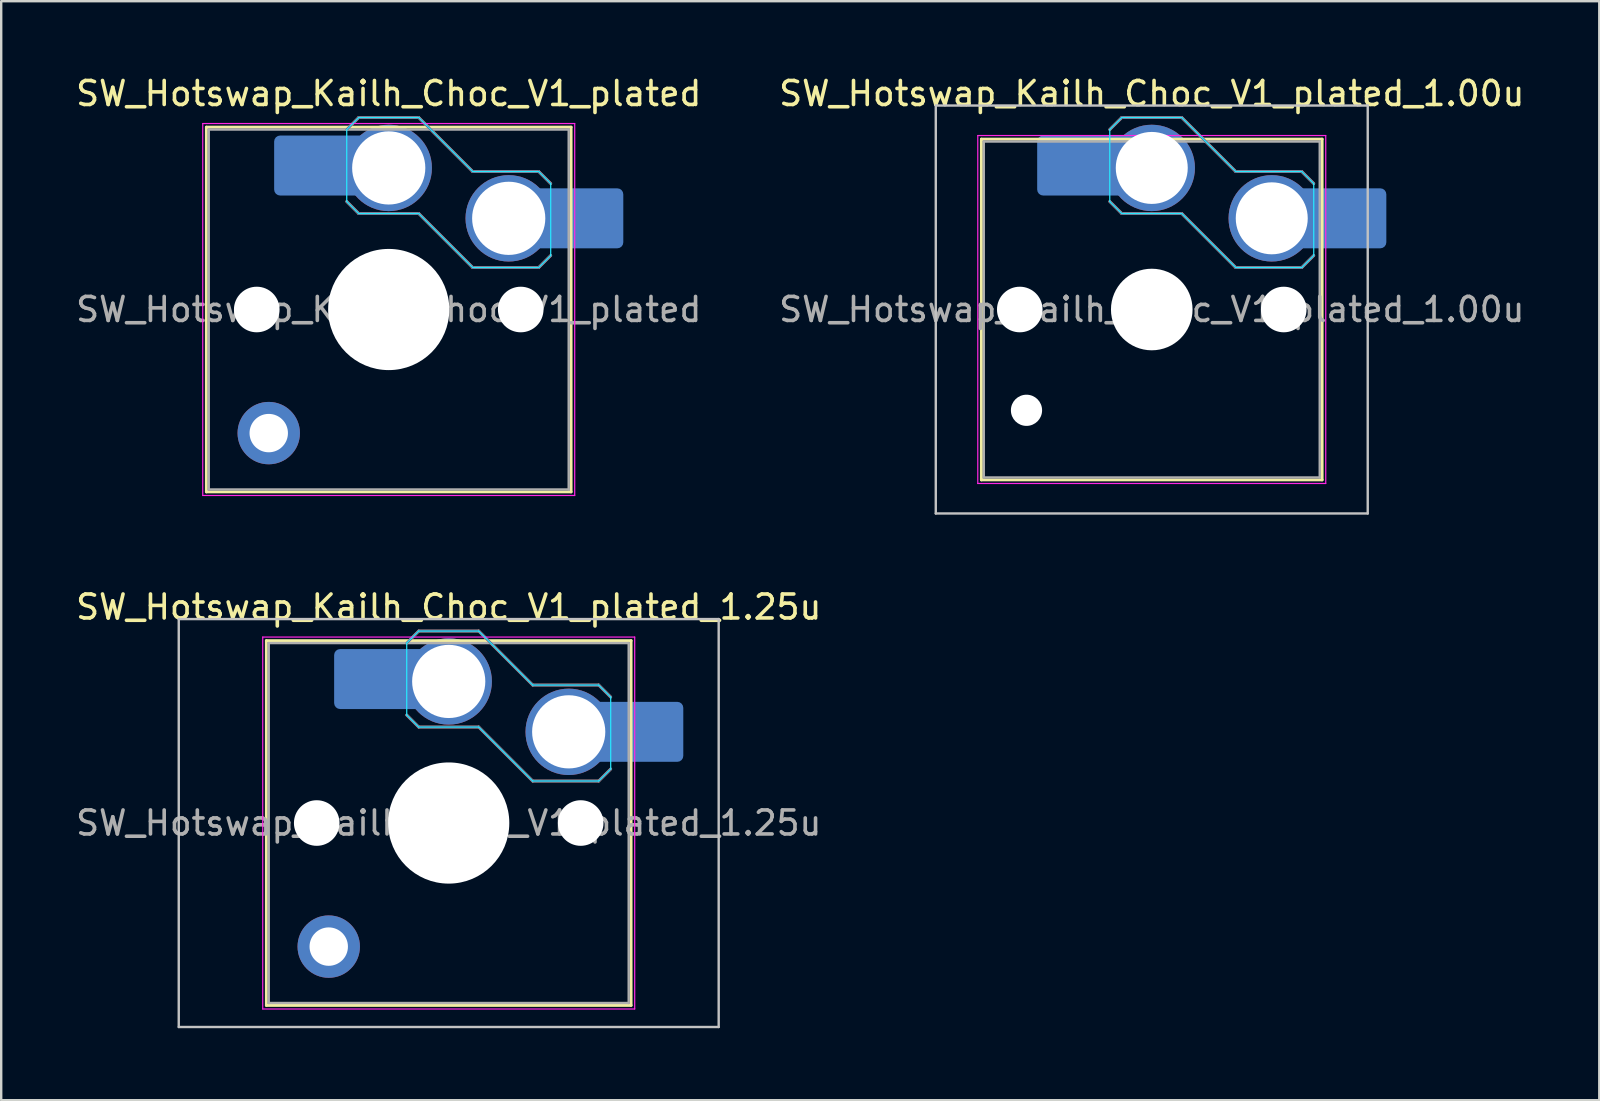
<source format=kicad_pcb>
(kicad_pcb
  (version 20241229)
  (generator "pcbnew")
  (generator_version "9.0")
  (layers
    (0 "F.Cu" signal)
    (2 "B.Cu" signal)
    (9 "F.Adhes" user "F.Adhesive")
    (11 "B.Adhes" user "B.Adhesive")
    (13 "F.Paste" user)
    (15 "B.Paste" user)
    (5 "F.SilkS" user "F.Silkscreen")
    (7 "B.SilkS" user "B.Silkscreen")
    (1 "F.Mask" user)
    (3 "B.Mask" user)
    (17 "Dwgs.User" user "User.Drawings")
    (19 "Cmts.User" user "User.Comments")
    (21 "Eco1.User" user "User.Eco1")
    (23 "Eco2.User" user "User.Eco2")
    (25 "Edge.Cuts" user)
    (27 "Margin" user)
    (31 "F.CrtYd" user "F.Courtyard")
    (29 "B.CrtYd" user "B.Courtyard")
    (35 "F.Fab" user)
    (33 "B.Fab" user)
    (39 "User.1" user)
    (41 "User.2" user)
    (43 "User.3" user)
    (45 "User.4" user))
  (footprint "SW_Hotswap_Kailh_Choc_V1_plated"
    (layer "F.Cu")
    (at 13.149 9.848)
    (property "Reference" "SW_Hotswap_Kailh_Choc_V1_plated" (at 0 -9 0) (layer "F.SilkS") (effects (font (size 1 1) (thickness 0.15))))
    (attr smd)
    (fp_line (start -7.6 -7.6) (end -7.6 7.6) (stroke (width 0.12) (type solid)) (layer "F.SilkS"))
    (fp_line (start -7.6 7.6) (end 7.6 7.6) (stroke (width 0.12) (type solid)) (layer "F.SilkS"))
    (fp_line (start 7.6 -7.6) (end -7.6 -7.6) (stroke (width 0.12) (type solid)) (layer "F.SilkS"))
    (fp_line (start 7.6 7.6) (end 7.6 -7.6) (stroke (width 0.12) (type solid)) (layer "F.SilkS"))
    (fp_line (start -1.75 -7.5) (end -1.25 -8) (stroke (width 0.12) (type solid)) (layer "B.SilkS"))
    (fp_line (start -1.25 -8) (end 1.25 -8) (stroke (width 0.12) (type solid)) (layer "B.SilkS"))
    (fp_line (start -1.25 -4) (end -1.75 -4.5) (stroke (width 0.12) (type solid)) (layer "B.SilkS"))
    (fp_line (start 1.25 -8) (end 3.5 -5.75) (stroke (width 0.12) (type solid)) (layer "B.SilkS"))
    (fp_line (start 1.25 -4) (end -1.25 -4) (stroke (width 0.12) (type solid)) (layer "B.SilkS"))
    (fp_line (start 3.5 -5.75) (end 6.25 -5.75) (stroke (width 0.12) (type solid)) (layer "B.SilkS"))
    (fp_line (start 3.5 -1.75) (end 1.25 -4) (stroke (width 0.12) (type solid)) (layer "B.SilkS"))
    (fp_line (start 6.25 -5.75) (end 6.75 -5.25) (stroke (width 0.12) (type solid)) (layer "B.SilkS"))
    (fp_line (start 6.25 -1.75) (end 3.5 -1.75) (stroke (width 0.12) (type solid)) (layer "B.SilkS"))
    (fp_line (start 6.75 -2.25) (end 6.25 -1.75) (stroke (width 0.12) (type solid)) (layer "B.SilkS"))
    (fp_line (start -7.25 -7.25) (end -7.25 7.25) (stroke (width 0.1) (type solid)) (layer "Eco1.User"))
    (fp_line (start -7.25 7.25) (end 7.25 7.25) (stroke (width 0.1) (type solid)) (layer "Eco1.User"))
    (fp_line (start 7.25 -7.25) (end -7.25 -7.25) (stroke (width 0.1) (type solid)) (layer "Eco1.User"))
    (fp_line (start 7.25 7.25) (end 7.25 -7.25) (stroke (width 0.1) (type solid)) (layer "Eco1.User"))
    (fp_line (start -1.75 -7.5) (end -1.25 -8) (stroke (width 0.05) (type solid)) (layer "B.CrtYd"))
    (fp_line (start -1.75 -4.5) (end -1.75 -7.5) (stroke (width 0.05) (type solid)) (layer "B.CrtYd"))
    (fp_line (start -1.25 -8) (end 1.25 -8) (stroke (width 0.05) (type solid)) (layer "B.CrtYd"))
    (fp_line (start -1.25 -4) (end -1.75 -4.5) (stroke (width 0.05) (type solid)) (layer "B.CrtYd"))
    (fp_line (start 1.25 -8) (end 3.5 -5.75) (stroke (width 0.05) (type solid)) (layer "B.CrtYd"))
    (fp_line (start 1.25 -4) (end -1.25 -4) (stroke (width 0.05) (type solid)) (layer "B.CrtYd"))
    (fp_line (start 3.5 -5.75) (end 6.25 -5.75) (stroke (width 0.05) (type solid)) (layer "B.CrtYd"))
    (fp_line (start 3.5 -1.75) (end 1.25 -4) (stroke (width 0.05) (type solid)) (layer "B.CrtYd"))
    (fp_line (start 6.25 -5.75) (end 6.75 -5.25) (stroke (width 0.05) (type solid)) (layer "B.CrtYd"))
    (fp_line (start 6.25 -1.75) (end 3.5 -1.75) (stroke (width 0.05) (type solid)) (layer "B.CrtYd"))
    (fp_line (start 6.75 -5.25) (end 6.75 -2.25) (stroke (width 0.05) (type solid)) (layer "B.CrtYd"))
    (fp_line (start 6.75 -2.25) (end 6.25 -1.75) (stroke (width 0.05) (type solid)) (layer "B.CrtYd"))
    (fp_line (start -7.75 -7.75) (end -7.75 7.75) (stroke (width 0.05) (type solid)) (layer "F.CrtYd"))
    (fp_line (start -7.75 7.75) (end 7.75 7.75) (stroke (width 0.05) (type solid)) (layer "F.CrtYd"))
    (fp_line (start 7.75 -7.75) (end -7.75 -7.75) (stroke (width 0.05) (type solid)) (layer "F.CrtYd"))
    (fp_line (start 7.75 7.75) (end 7.75 -7.75) (stroke (width 0.05) (type solid)) (layer "F.CrtYd"))
    (fp_line (start -1.75 -7.5) (end -1.25 -8) (stroke (width 0.1) (type solid)) (layer "B.Fab"))
    (fp_line (start -1.25 -8) (end 1.25 -8) (stroke (width 0.1) (type solid)) (layer "B.Fab"))
    (fp_line (start -1.25 -4) (end -1.75 -4.5) (stroke (width 0.1) (type solid)) (layer "B.Fab"))
    (fp_line (start 1.25 -8) (end 3.5 -5.75) (stroke (width 0.1) (type solid)) (layer "B.Fab"))
    (fp_line (start 1.25 -4) (end -1.25 -4) (stroke (width 0.1) (type solid)) (layer "B.Fab"))
    (fp_line (start 3.5 -5.75) (end 6.25 -5.75) (stroke (width 0.1) (type solid)) (layer "B.Fab"))
    (fp_line (start 3.5 -1.75) (end 1.25 -4) (stroke (width 0.1) (type solid)) (layer "B.Fab"))
    (fp_line (start 6.25 -5.75) (end 6.75 -5.25) (stroke (width 0.1) (type solid)) (layer "B.Fab"))
    (fp_line (start 6.25 -1.75) (end 3.5 -1.75) (stroke (width 0.1) (type solid)) (layer "B.Fab"))
    (fp_line (start 6.75 -2.25) (end 6.25 -1.75) (stroke (width 0.1) (type solid)) (layer "B.Fab"))
    (fp_line (start -7.5 -7.5) (end -7.5 7.5) (stroke (width 0.1) (type solid)) (layer "F.Fab"))
    (fp_line (start -7.5 7.5) (end 7.5 7.5) (stroke (width 0.1) (type solid)) (layer "F.Fab"))
    (fp_line (start 7.5 -7.5) (end -7.5 -7.5) (stroke (width 0.1) (type solid)) (layer "F.Fab"))
    (fp_line (start 7.5 7.5) (end 7.5 -7.5) (stroke (width 0.1) (type solid)) (layer "F.Fab"))
    (fp_text user "${REFERENCE}" (at 0 0 0) (layer "F.Fab") (effects (font (size 1 1) (thickness 0.15))))
    (pad "" np_thru_hole circle (at -5.5 0) (size 1.9 1.9) (drill 1.9) (layers "*.Cu" "*.Mask"))
    (pad "" thru_hole circle (at -5 5.15) (size 2.6 2.6) (drill 1.6) (layers "*.Cu" "B.Mask"))
    (pad "" smd roundrect (at -3.5 -6) (size 2.55 2.5) (layers "B.Mask" "B.Paste") (roundrect_rratio 0.1))
    (pad "" np_thru_hole circle (at 0 0) (size 5.05 5.05) (drill 5.05) (layers "*.Cu" "*.Mask"))
    (pad "" np_thru_hole circle (at 5.5 0) (size 1.9 1.9) (drill 1.9) (layers "*.Cu" "*.Mask"))
    (pad "" smd roundrect (at 8.5 -3.8) (size 2.55 2.5) (layers "B.Mask" "B.Paste") (roundrect_rratio 0.1))
    (pad "1" smd roundrect (at -2.85 -6) (size 3.85 2.5) (layers "B.Cu") (roundrect_rratio 0.1))
    (pad "1" thru_hole circle (at 0 -5.9) (size 3.6 3.6) (drill 3.05) (layers "*.Cu" "B.Mask"))
    (pad "2" thru_hole circle (at 5 -3.8) (size 3.6 3.6) (drill 3.05) (layers "*.Cu" "B.Mask"))
    (pad "2" smd roundrect (at 7.85 -3.8) (size 3.85 2.5) (layers "B.Cu") (roundrect_rratio 0.1)))
  (footprint "SW_Hotswap_Kailh_Choc_V1_plated_1.00u"
    (layer "F.Cu")
    (at 44.946 9.848)
    (property "Reference" "SW_Hotswap_Kailh_Choc_V1_plated_1.00u" (at 0 -9 0) (layer "F.SilkS") (effects (font (size 1 1) (thickness 0.15))))
    (attr smd)
    (fp_line (start -7.1 -7.1) (end -7.1 7.1) (stroke (width 0.12) (type solid)) (layer "F.SilkS"))
    (fp_line (start -7.1 7.1) (end 7.1 7.1) (stroke (width 0.12) (type solid)) (layer "F.SilkS"))
    (fp_line (start 7.1 -7.1) (end -7.1 -7.1) (stroke (width 0.12) (type solid)) (layer "F.SilkS"))
    (fp_line (start 7.1 7.1) (end 7.1 -7.1) (stroke (width 0.12) (type solid)) (layer "F.SilkS"))
    (fp_line (start -1.75 -7.5) (end -1.25 -8) (stroke (width 0.12) (type solid)) (layer "B.SilkS"))
    (fp_line (start -1.25 -8) (end 1.25 -8) (stroke (width 0.12) (type solid)) (layer "B.SilkS"))
    (fp_line (start -1.25 -4) (end -1.75 -4.5) (stroke (width 0.12) (type solid)) (layer "B.SilkS"))
    (fp_line (start 1.25 -8) (end 3.5 -5.75) (stroke (width 0.12) (type solid)) (layer "B.SilkS"))
    (fp_line (start 1.25 -4) (end -1.25 -4) (stroke (width 0.12) (type solid)) (layer "B.SilkS"))
    (fp_line (start 3.5 -5.75) (end 6.25 -5.75) (stroke (width 0.12) (type solid)) (layer "B.SilkS"))
    (fp_line (start 3.5 -1.75) (end 1.25 -4) (stroke (width 0.12) (type solid)) (layer "B.SilkS"))
    (fp_line (start 6.25 -5.75) (end 6.75 -5.25) (stroke (width 0.12) (type solid)) (layer "B.SilkS"))
    (fp_line (start 6.25 -1.75) (end 3.5 -1.75) (stroke (width 0.12) (type solid)) (layer "B.SilkS"))
    (fp_line (start 6.75 -2.25) (end 6.25 -1.75) (stroke (width 0.12) (type solid)) (layer "B.SilkS"))
    (fp_line (start -9 -8.5) (end -9 8.5) (stroke (width 0.1) (type solid)) (layer "Dwgs.User"))
    (fp_line (start -9 8.5) (end 9 8.5) (stroke (width 0.1) (type solid)) (layer "Dwgs.User"))
    (fp_line (start 9 -8.5) (end -9 -8.5) (stroke (width 0.1) (type solid)) (layer "Dwgs.User"))
    (fp_line (start 9 8.5) (end 9 -8.5) (stroke (width 0.1) (type solid)) (layer "Dwgs.User"))
    (fp_line (start -1.75 -7.5) (end -1.25 -8) (stroke (width 0.05) (type solid)) (layer "B.CrtYd"))
    (fp_line (start -1.75 -4.5) (end -1.75 -7.5) (stroke (width 0.05) (type solid)) (layer "B.CrtYd"))
    (fp_line (start -1.25 -8) (end 1.25 -8) (stroke (width 0.05) (type solid)) (layer "B.CrtYd"))
    (fp_line (start -1.25 -4) (end -1.75 -4.5) (stroke (width 0.05) (type solid)) (layer "B.CrtYd"))
    (fp_line (start 1.25 -8) (end 3.5 -5.75) (stroke (width 0.05) (type solid)) (layer "B.CrtYd"))
    (fp_line (start 1.25 -4) (end -1.25 -4) (stroke (width 0.05) (type solid)) (layer "B.CrtYd"))
    (fp_line (start 3.5 -5.75) (end 6.25 -5.75) (stroke (width 0.05) (type solid)) (layer "B.CrtYd"))
    (fp_line (start 3.5 -1.75) (end 1.25 -4) (stroke (width 0.05) (type solid)) (layer "B.CrtYd"))
    (fp_line (start 6.25 -5.75) (end 6.75 -5.25) (stroke (width 0.05) (type solid)) (layer "B.CrtYd"))
    (fp_line (start 6.25 -1.75) (end 3.5 -1.75) (stroke (width 0.05) (type solid)) (layer "B.CrtYd"))
    (fp_line (start 6.75 -5.25) (end 6.75 -2.25) (stroke (width 0.05) (type solid)) (layer "B.CrtYd"))
    (fp_line (start 6.75 -2.25) (end 6.25 -1.75) (stroke (width 0.05) (type solid)) (layer "B.CrtYd"))
    (fp_line (start -7.25 -7.25) (end -7.25 7.25) (stroke (width 0.05) (type solid)) (layer "F.CrtYd"))
    (fp_line (start -7.25 7.25) (end 7.25 7.25) (stroke (width 0.05) (type solid)) (layer "F.CrtYd"))
    (fp_line (start 7.25 -7.25) (end -7.25 -7.25) (stroke (width 0.05) (type solid)) (layer "F.CrtYd"))
    (fp_line (start 7.25 7.25) (end 7.25 -7.25) (stroke (width 0.05) (type solid)) (layer "F.CrtYd"))
    (fp_line (start -1.75 -7.5) (end -1.25 -8) (stroke (width 0.1) (type solid)) (layer "B.Fab"))
    (fp_line (start -1.25 -8) (end 1.25 -8) (stroke (width 0.1) (type solid)) (layer "B.Fab"))
    (fp_line (start -1.25 -4) (end -1.75 -4.5) (stroke (width 0.1) (type solid)) (layer "B.Fab"))
    (fp_line (start 1.25 -8) (end 3.5 -5.75) (stroke (width 0.1) (type solid)) (layer "B.Fab"))
    (fp_line (start 1.25 -4) (end -1.25 -4) (stroke (width 0.1) (type solid)) (layer "B.Fab"))
    (fp_line (start 3.5 -5.75) (end 6.25 -5.75) (stroke (width 0.1) (type solid)) (layer "B.Fab"))
    (fp_line (start 3.5 -1.75) (end 1.25 -4) (stroke (width 0.1) (type solid)) (layer "B.Fab"))
    (fp_line (start 6.25 -5.75) (end 6.75 -5.25) (stroke (width 0.1) (type solid)) (layer "B.Fab"))
    (fp_line (start 6.25 -1.75) (end 3.5 -1.75) (stroke (width 0.1) (type solid)) (layer "B.Fab"))
    (fp_line (start 6.75 -2.25) (end 6.25 -1.75) (stroke (width 0.1) (type solid)) (layer "B.Fab"))
    (fp_line (start -7 -7) (end -7 7) (stroke (width 0.1) (type solid)) (layer "F.Fab"))
    (fp_line (start -7 7) (end 7 7) (stroke (width 0.1) (type solid)) (layer "F.Fab"))
    (fp_line (start 7 -7) (end -7 -7) (stroke (width 0.1) (type solid)) (layer "F.Fab"))
    (fp_line (start 7 7) (end 7 -7) (stroke (width 0.1) (type solid)) (layer "F.Fab"))
    (fp_text user "${REFERENCE}" (at 0 0 0) (layer "F.Fab") (effects (font (size 1 1) (thickness 0.15))))
    (pad "" np_thru_hole circle (at -5.5 0) (size 1.9 1.9) (drill 1.9) (layers "*.Cu" "*.Mask"))
    (pad "" np_thru_hole circle (at -5.22 4.2) (size 1.3 1.3) (drill 1.3) (layers "*.Cu" "*.Mask"))
    (pad "" smd roundrect (at -3.5 -6) (size 2.55 2.5) (layers "B.Mask" "B.Paste") (roundrect_rratio 0.1))
    (pad "" np_thru_hole circle (at 0 0) (size 3.4 3.4) (drill 3.4) (layers "*.Cu" "*.Mask"))
    (pad "" np_thru_hole circle (at 5.5 0) (size 1.9 1.9) (drill 1.9) (layers "*.Cu" "*.Mask"))
    (pad "" smd roundrect (at 8.5 -3.8) (size 2.55 2.5) (layers "B.Mask" "B.Paste") (roundrect_rratio 0.1))
    (pad "1" smd roundrect (at -2.85 -6) (size 3.85 2.5) (layers "B.Cu") (roundrect_rratio 0.1))
    (pad "1" thru_hole circle (at 0 -5.9) (size 3.6 3.6) (drill 3) (layers "*.Cu" "B.Mask"))
    (pad "2" thru_hole circle (at 5 -3.8) (size 3.6 3.6) (drill 3) (layers "*.Cu" "B.Mask"))
    (pad "2" smd roundrect (at 7.85 -3.8) (size 3.85 2.5) (layers "B.Cu") (roundrect_rratio 0.1)))
  (footprint "SW_Hotswap_Kailh_Choc_V1_plated_1.25u"
    (layer "F.Cu")
    (at 15.649 31.247)
    (property "Reference" "SW_Hotswap_Kailh_Choc_V1_plated_1.25u" (at 0 -9 0) (layer "F.SilkS") (effects (font (size 1 1) (thickness 0.15))))
    (attr smd)
    (fp_line (start -7.6 -7.6) (end -7.6 7.6) (stroke (width 0.12) (type solid)) (layer "F.SilkS"))
    (fp_line (start -7.6 7.6) (end 7.6 7.6) (stroke (width 0.12) (type solid)) (layer "F.SilkS"))
    (fp_line (start 7.6 -7.6) (end -7.6 -7.6) (stroke (width 0.12) (type solid)) (layer "F.SilkS"))
    (fp_line (start 7.6 7.6) (end 7.6 -7.6) (stroke (width 0.12) (type solid)) (layer "F.SilkS"))
    (fp_line (start -1.75 -7.5) (end -1.25 -8) (stroke (width 0.12) (type solid)) (layer "B.SilkS"))
    (fp_line (start -1.25 -8) (end 1.25 -8) (stroke (width 0.12) (type solid)) (layer "B.SilkS"))
    (fp_line (start -1.25 -4) (end -1.75 -4.5) (stroke (width 0.12) (type solid)) (layer "B.SilkS"))
    (fp_line (start 1.25 -8) (end 3.5 -5.75) (stroke (width 0.12) (type solid)) (layer "B.SilkS"))
    (fp_line (start 1.25 -4) (end -1.25 -4) (stroke (width 0.12) (type solid)) (layer "B.SilkS"))
    (fp_line (start 3.5 -5.75) (end 6.25 -5.75) (stroke (width 0.12) (type solid)) (layer "B.SilkS"))
    (fp_line (start 3.5 -1.75) (end 1.25 -4) (stroke (width 0.12) (type solid)) (layer "B.SilkS"))
    (fp_line (start 6.25 -5.75) (end 6.75 -5.25) (stroke (width 0.12) (type solid)) (layer "B.SilkS"))
    (fp_line (start 6.25 -1.75) (end 3.5 -1.75) (stroke (width 0.12) (type solid)) (layer "B.SilkS"))
    (fp_line (start 6.75 -2.25) (end 6.25 -1.75) (stroke (width 0.12) (type solid)) (layer "B.SilkS"))
    (fp_line (start -11.25 -8.5) (end -11.25 8.5) (stroke (width 0.1) (type solid)) (layer "Dwgs.User"))
    (fp_line (start -11.25 8.5) (end 11.25 8.5) (stroke (width 0.1) (type solid)) (layer "Dwgs.User"))
    (fp_line (start 11.25 -8.5) (end -11.25 -8.5) (stroke (width 0.1) (type solid)) (layer "Dwgs.User"))
    (fp_line (start 11.25 8.5) (end 11.25 -8.5) (stroke (width 0.1) (type solid)) (layer "Dwgs.User"))
    (fp_line (start -7.25 -7.25) (end -7.25 7.25) (stroke (width 0.1) (type solid)) (layer "Eco1.User"))
    (fp_line (start -7.25 7.25) (end 7.25 7.25) (stroke (width 0.1) (type solid)) (layer "Eco1.User"))
    (fp_line (start 7.25 -7.25) (end -7.25 -7.25) (stroke (width 0.1) (type solid)) (layer "Eco1.User"))
    (fp_line (start 7.25 7.25) (end 7.25 -7.25) (stroke (width 0.1) (type solid)) (layer "Eco1.User"))
    (fp_line (start -1.75 -7.5) (end -1.25 -8) (stroke (width 0.05) (type solid)) (layer "B.CrtYd"))
    (fp_line (start -1.75 -4.5) (end -1.75 -7.5) (stroke (width 0.05) (type solid)) (layer "B.CrtYd"))
    (fp_line (start -1.25 -8) (end 1.25 -8) (stroke (width 0.05) (type solid)) (layer "B.CrtYd"))
    (fp_line (start -1.25 -4) (end -1.75 -4.5) (stroke (width 0.05) (type solid)) (layer "B.CrtYd"))
    (fp_line (start 1.25 -8) (end 3.5 -5.75) (stroke (width 0.05) (type solid)) (layer "B.CrtYd"))
    (fp_line (start 1.25 -4) (end -1.25 -4) (stroke (width 0.05) (type solid)) (layer "B.CrtYd"))
    (fp_line (start 3.5 -5.75) (end 6.25 -5.75) (stroke (width 0.05) (type solid)) (layer "B.CrtYd"))
    (fp_line (start 3.5 -1.75) (end 1.25 -4) (stroke (width 0.05) (type solid)) (layer "B.CrtYd"))
    (fp_line (start 6.25 -5.75) (end 6.75 -5.25) (stroke (width 0.05) (type solid)) (layer "B.CrtYd"))
    (fp_line (start 6.25 -1.75) (end 3.5 -1.75) (stroke (width 0.05) (type solid)) (layer "B.CrtYd"))
    (fp_line (start 6.75 -5.25) (end 6.75 -2.25) (stroke (width 0.05) (type solid)) (layer "B.CrtYd"))
    (fp_line (start 6.75 -2.25) (end 6.25 -1.75) (stroke (width 0.05) (type solid)) (layer "B.CrtYd"))
    (fp_line (start -7.75 -7.75) (end -7.75 7.75) (stroke (width 0.05) (type solid)) (layer "F.CrtYd"))
    (fp_line (start -7.75 7.75) (end 7.75 7.75) (stroke (width 0.05) (type solid)) (layer "F.CrtYd"))
    (fp_line (start 7.75 -7.75) (end -7.75 -7.75) (stroke (width 0.05) (type solid)) (layer "F.CrtYd"))
    (fp_line (start 7.75 7.75) (end 7.75 -7.75) (stroke (width 0.05) (type solid)) (layer "F.CrtYd"))
    (fp_line (start -1.75 -7.5) (end -1.25 -8) (stroke (width 0.1) (type solid)) (layer "B.Fab"))
    (fp_line (start -1.25 -8) (end 1.25 -8) (stroke (width 0.1) (type solid)) (layer "B.Fab"))
    (fp_line (start -1.25 -4) (end -1.75 -4.5) (stroke (width 0.1) (type solid)) (layer "B.Fab"))
    (fp_line (start 1.25 -8) (end 3.5 -5.75) (stroke (width 0.1) (type solid)) (layer "B.Fab"))
    (fp_line (start 1.25 -4) (end -1.25 -4) (stroke (width 0.1) (type solid)) (layer "B.Fab"))
    (fp_line (start 3.5 -5.75) (end 6.25 -5.75) (stroke (width 0.1) (type solid)) (layer "B.Fab"))
    (fp_line (start 3.5 -1.75) (end 1.25 -4) (stroke (width 0.1) (type solid)) (layer "B.Fab"))
    (fp_line (start 6.25 -5.75) (end 6.75 -5.25) (stroke (width 0.1) (type solid)) (layer "B.Fab"))
    (fp_line (start 6.25 -1.75) (end 3.5 -1.75) (stroke (width 0.1) (type solid)) (layer "B.Fab"))
    (fp_line (start 6.75 -2.25) (end 6.25 -1.75) (stroke (width 0.1) (type solid)) (layer "B.Fab"))
    (fp_line (start -7.5 -7.5) (end -7.5 7.5) (stroke (width 0.1) (type solid)) (layer "F.Fab"))
    (fp_line (start -7.5 7.5) (end 7.5 7.5) (stroke (width 0.1) (type solid)) (layer "F.Fab"))
    (fp_line (start 7.5 -7.5) (end -7.5 -7.5) (stroke (width 0.1) (type solid)) (layer "F.Fab"))
    (fp_line (start 7.5 7.5) (end 7.5 -7.5) (stroke (width 0.1) (type solid)) (layer "F.Fab"))
    (fp_text user "${REFERENCE}" (at 0 0 0) (layer "F.Fab") (effects (font (size 1 1) (thickness 0.15))))
    (pad "" np_thru_hole circle (at -5.5 0) (size 1.9 1.9) (drill 1.9) (layers "*.Cu" "*.Mask"))
    (pad "" thru_hole circle (at -5 5.15) (size 2.6 2.6) (drill 1.6) (layers "*.Cu" "B.Mask"))
    (pad "" smd roundrect (at -3.5 -6) (size 2.55 2.5) (layers "B.Mask" "B.Paste") (roundrect_rratio 0.1))
    (pad "" np_thru_hole circle (at 0 0) (size 5.05 5.05) (drill 5.05) (layers "*.Cu" "*.Mask"))
    (pad "" np_thru_hole circle (at 5.5 0) (size 1.9 1.9) (drill 1.9) (layers "*.Cu" "*.Mask"))
    (pad "" smd roundrect (at 8.5 -3.8) (size 2.55 2.5) (layers "B.Mask" "B.Paste") (roundrect_rratio 0.1))
    (pad "1" smd roundrect (at -2.85 -6) (size 3.85 2.5) (layers "B.Cu") (roundrect_rratio 0.1))
    (pad "1" thru_hole circle (at 0 -5.9) (size 3.6 3.6) (drill 3.05) (layers "*.Cu" "B.Mask"))
    (pad "2" thru_hole circle (at 5 -3.8) (size 3.6 3.6) (drill 3.05) (layers "*.Cu" "B.Mask"))
    (pad "2" smd roundrect (at 7.85 -3.8) (size 3.85 2.5) (layers "B.Cu") (roundrect_rratio 0.1)))
  (gr_rect
    (start -3 -3)
    (end 63.595 42.797)
    (stroke (width 0.1) (type default))
    (fill no)
    (layer "Edge.Cuts")))
</source>
